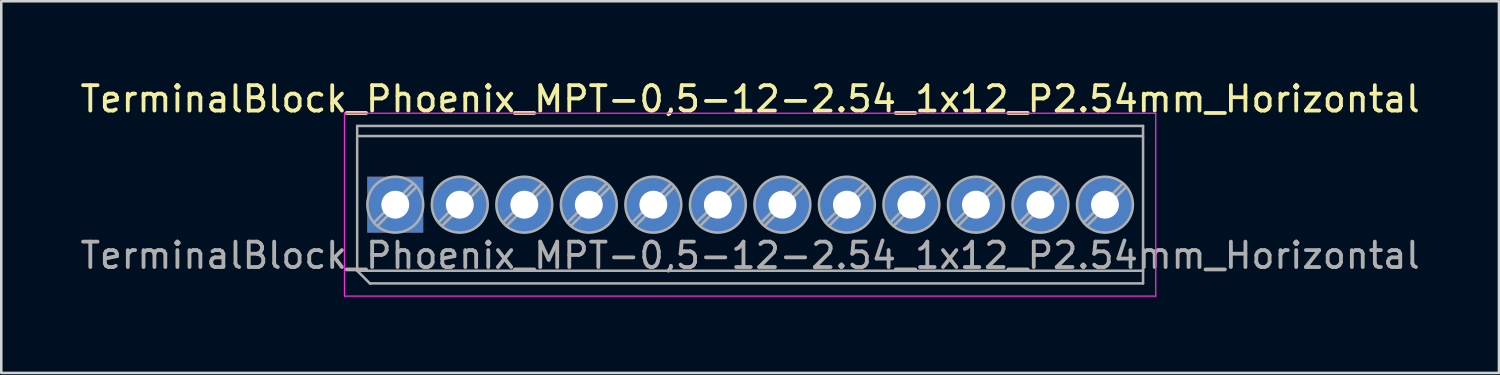
<source format=kicad_pcb>
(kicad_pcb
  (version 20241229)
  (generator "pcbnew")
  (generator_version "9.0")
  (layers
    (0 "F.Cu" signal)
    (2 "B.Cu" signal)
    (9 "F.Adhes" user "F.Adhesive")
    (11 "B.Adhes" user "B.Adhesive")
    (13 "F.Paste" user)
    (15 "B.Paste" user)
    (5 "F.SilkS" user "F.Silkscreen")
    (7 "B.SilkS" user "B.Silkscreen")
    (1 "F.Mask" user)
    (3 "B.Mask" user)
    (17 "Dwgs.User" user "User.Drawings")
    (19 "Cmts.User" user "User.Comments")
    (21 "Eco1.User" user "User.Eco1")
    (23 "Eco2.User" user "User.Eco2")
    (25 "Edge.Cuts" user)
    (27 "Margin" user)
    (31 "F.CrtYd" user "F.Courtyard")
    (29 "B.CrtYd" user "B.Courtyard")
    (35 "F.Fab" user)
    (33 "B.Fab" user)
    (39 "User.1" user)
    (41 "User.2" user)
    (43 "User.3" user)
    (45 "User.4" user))
  (footprint "TerminalBlock_Phoenix_MPT-0,5-12-2.54_1x12_P2.54mm_Horizontal"
    (layer "F.Cu")
    (at 12.512 5.008)
    (property "Reference" "TerminalBlock_Phoenix_MPT-0,5-12-2.54_1x12_P2.54mm_Horizontal" (at 13.97 -4.16 0) (layer "F.SilkS") (effects (font (size 1 1) (thickness 0.15))))
    (attr through_hole)
    (fp_line (start -2 -3.6) (end -2 3.6) (stroke (width 0.05) (type solid)) (layer "F.CrtYd"))
    (fp_line (start -2 3.6) (end 29.94 3.6) (stroke (width 0.05) (type solid)) (layer "F.CrtYd"))
    (fp_line (start 29.94 -3.6) (end -2 -3.6) (stroke (width 0.05) (type solid)) (layer "F.CrtYd"))
    (fp_line (start 29.94 3.6) (end 29.94 -3.6) (stroke (width 0.05) (type solid)) (layer "F.CrtYd"))
    (fp_line (start -1.5 -3.1) (end 29.44 -3.1) (stroke (width 0.1) (type solid)) (layer "F.Fab"))
    (fp_line (start -1.5 -2.7) (end 29.44 -2.7) (stroke (width 0.1) (type solid)) (layer "F.Fab"))
    (fp_line (start -1.5 2.6) (end -1.5 -3.1) (stroke (width 0.1) (type solid)) (layer "F.Fab"))
    (fp_line (start -1.5 2.6) (end 29.44 2.6) (stroke (width 0.1) (type solid)) (layer "F.Fab"))
    (fp_line (start -1 3.1) (end -1.5 2.6) (stroke (width 0.1) (type solid)) (layer "F.Fab"))
    (fp_line (start 0.701 -0.835) (end -0.835 0.7) (stroke (width 0.1) (type solid)) (layer "F.Fab"))
    (fp_line (start 0.835 -0.7) (end -0.701 0.835) (stroke (width 0.1) (type solid)) (layer "F.Fab"))
    (fp_line (start 3.241 -0.835) (end 1.706 0.7) (stroke (width 0.1) (type solid)) (layer "F.Fab"))
    (fp_line (start 3.375 -0.7) (end 1.84 0.835) (stroke (width 0.1) (type solid)) (layer "F.Fab"))
    (fp_line (start 5.781 -0.835) (end 4.246 0.7) (stroke (width 0.1) (type solid)) (layer "F.Fab"))
    (fp_line (start 5.915 -0.7) (end 4.38 0.835) (stroke (width 0.1) (type solid)) (layer "F.Fab"))
    (fp_line (start 8.321 -0.835) (end 6.786 0.7) (stroke (width 0.1) (type solid)) (layer "F.Fab"))
    (fp_line (start 8.455 -0.7) (end 6.92 0.835) (stroke (width 0.1) (type solid)) (layer "F.Fab"))
    (fp_line (start 10.861 -0.835) (end 9.326 0.7) (stroke (width 0.1) (type solid)) (layer "F.Fab"))
    (fp_line (start 10.995 -0.7) (end 9.46 0.835) (stroke (width 0.1) (type solid)) (layer "F.Fab"))
    (fp_line (start 13.401 -0.835) (end 11.866 0.7) (stroke (width 0.1) (type solid)) (layer "F.Fab"))
    (fp_line (start 13.535 -0.7) (end 12 0.835) (stroke (width 0.1) (type solid)) (layer "F.Fab"))
    (fp_line (start 15.941 -0.835) (end 14.406 0.7) (stroke (width 0.1) (type solid)) (layer "F.Fab"))
    (fp_line (start 16.075 -0.7) (end 14.54 0.835) (stroke (width 0.1) (type solid)) (layer "F.Fab"))
    (fp_line (start 18.481 -0.835) (end 16.946 0.7) (stroke (width 0.1) (type solid)) (layer "F.Fab"))
    (fp_line (start 18.615 -0.7) (end 17.08 0.835) (stroke (width 0.1) (type solid)) (layer "F.Fab"))
    (fp_line (start 21.021 -0.835) (end 19.486 0.7) (stroke (width 0.1) (type solid)) (layer "F.Fab"))
    (fp_line (start 21.155 -0.7) (end 19.62 0.835) (stroke (width 0.1) (type solid)) (layer "F.Fab"))
    (fp_line (start 23.561 -0.835) (end 22.026 0.7) (stroke (width 0.1) (type solid)) (layer "F.Fab"))
    (fp_line (start 23.695 -0.7) (end 22.16 0.835) (stroke (width 0.1) (type solid)) (layer "F.Fab"))
    (fp_line (start 26.101 -0.835) (end 24.566 0.7) (stroke (width 0.1) (type solid)) (layer "F.Fab"))
    (fp_line (start 26.235 -0.7) (end 24.7 0.835) (stroke (width 0.1) (type solid)) (layer "F.Fab"))
    (fp_line (start 28.641 -0.835) (end 27.106 0.7) (stroke (width 0.1) (type solid)) (layer "F.Fab"))
    (fp_line (start 28.775 -0.7) (end 27.24 0.835) (stroke (width 0.1) (type solid)) (layer "F.Fab"))
    (fp_line (start 29.44 -3.1) (end 29.44 3.1) (stroke (width 0.1) (type solid)) (layer "F.Fab"))
    (fp_line (start 29.44 3.1) (end -1 3.1) (stroke (width 0.1) (type solid)) (layer "F.Fab"))
    (fp_circle (center 0 0) (end 1.1 0) (stroke (width 0.1) (type solid)) (fill no) (layer "F.Fab"))
    (fp_circle (center 2.54 0) (end 3.64 0) (stroke (width 0.1) (type solid)) (fill no) (layer "F.Fab"))
    (fp_circle (center 5.08 0) (end 6.18 0) (stroke (width 0.1) (type solid)) (fill no) (layer "F.Fab"))
    (fp_circle (center 7.62 0) (end 8.72 0) (stroke (width 0.1) (type solid)) (fill no) (layer "F.Fab"))
    (fp_circle (center 10.16 0) (end 11.26 0) (stroke (width 0.1) (type solid)) (fill no) (layer "F.Fab"))
    (fp_circle (center 12.7 0) (end 13.8 0) (stroke (width 0.1) (type solid)) (fill no) (layer "F.Fab"))
    (fp_circle (center 15.24 0) (end 16.34 0) (stroke (width 0.1) (type solid)) (fill no) (layer "F.Fab"))
    (fp_circle (center 17.78 0) (end 18.88 0) (stroke (width 0.1) (type solid)) (fill no) (layer "F.Fab"))
    (fp_circle (center 20.32 0) (end 21.42 0) (stroke (width 0.1) (type solid)) (fill no) (layer "F.Fab"))
    (fp_circle (center 22.86 0) (end 23.96 0) (stroke (width 0.1) (type solid)) (fill no) (layer "F.Fab"))
    (fp_circle (center 25.4 0) (end 26.5 0) (stroke (width 0.1) (type solid)) (fill no) (layer "F.Fab"))
    (fp_circle (center 27.94 0) (end 29.04 0) (stroke (width 0.1) (type solid)) (fill no) (layer "F.Fab"))
    (fp_text user "${REFERENCE}" (at 13.97 2 0) (layer "F.Fab") (effects (font (size 1 1) (thickness 0.15))))
    (pad "1" thru_hole rect (at 0 0) (size 2.2 2.2) (drill 1.1) (layers "*.Cu" "*.Mask"))
    (pad "2" thru_hole circle (at 2.54 0) (size 2.2 2.2) (drill 1.1) (layers "*.Cu" "*.Mask"))
    (pad "3" thru_hole circle (at 5.08 0) (size 2.2 2.2) (drill 1.1) (layers "*.Cu" "*.Mask"))
    (pad "4" thru_hole circle (at 7.62 0) (size 2.2 2.2) (drill 1.1) (layers "*.Cu" "*.Mask"))
    (pad "5" thru_hole circle (at 10.16 0) (size 2.2 2.2) (drill 1.1) (layers "*.Cu" "*.Mask"))
    (pad "6" thru_hole circle (at 12.7 0) (size 2.2 2.2) (drill 1.1) (layers "*.Cu" "*.Mask"))
    (pad "7" thru_hole circle (at 15.24 0) (size 2.2 2.2) (drill 1.1) (layers "*.Cu" "*.Mask"))
    (pad "8" thru_hole circle (at 17.78 0) (size 2.2 2.2) (drill 1.1) (layers "*.Cu" "*.Mask"))
    (pad "9" thru_hole circle (at 20.32 0) (size 2.2 2.2) (drill 1.1) (layers "*.Cu" "*.Mask"))
    (pad "10" thru_hole circle (at 22.86 0) (size 2.2 2.2) (drill 1.1) (layers "*.Cu" "*.Mask"))
    (pad "11" thru_hole circle (at 25.4 0) (size 2.2 2.2) (drill 1.1) (layers "*.Cu" "*.Mask"))
    (pad "12" thru_hole circle (at 27.94 0) (size 2.2 2.2) (drill 1.1) (layers "*.Cu" "*.Mask")))
  (gr_rect
    (start -3 -3)
    (end 55.964 11.633)
    (stroke (width 0.1) (type default))
    (fill no)
    (layer "Edge.Cuts")))
</source>
